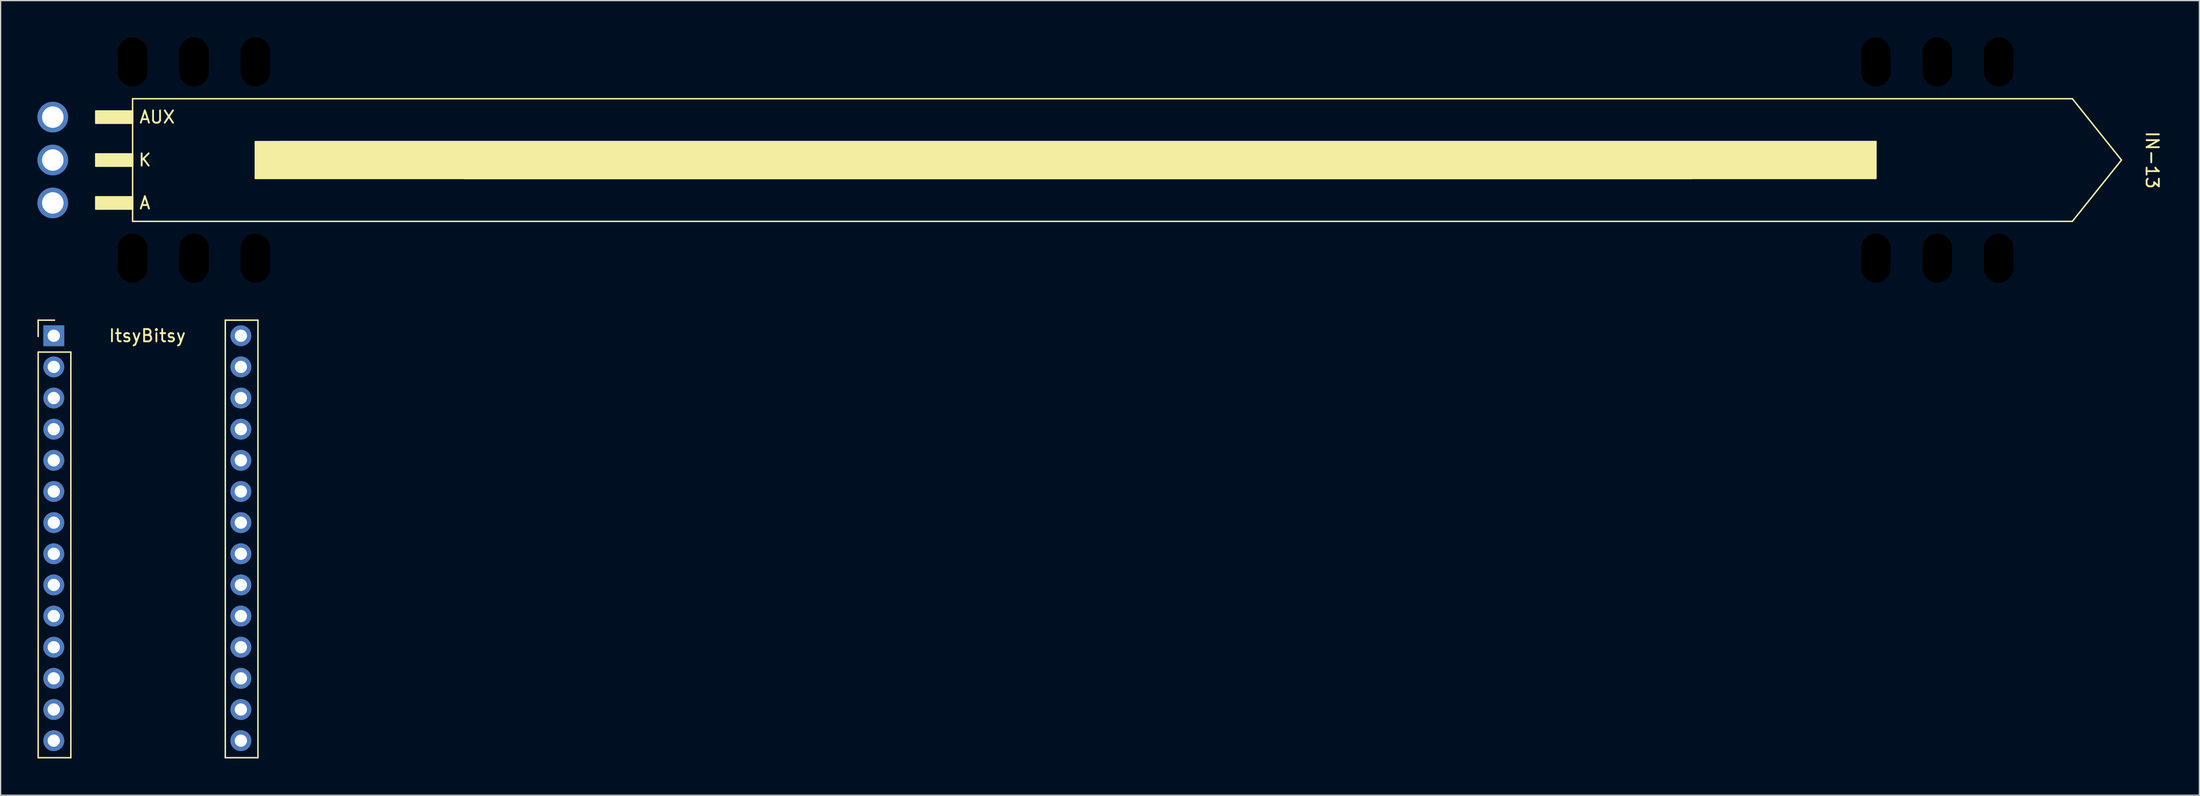
<source format=kicad_pcb>
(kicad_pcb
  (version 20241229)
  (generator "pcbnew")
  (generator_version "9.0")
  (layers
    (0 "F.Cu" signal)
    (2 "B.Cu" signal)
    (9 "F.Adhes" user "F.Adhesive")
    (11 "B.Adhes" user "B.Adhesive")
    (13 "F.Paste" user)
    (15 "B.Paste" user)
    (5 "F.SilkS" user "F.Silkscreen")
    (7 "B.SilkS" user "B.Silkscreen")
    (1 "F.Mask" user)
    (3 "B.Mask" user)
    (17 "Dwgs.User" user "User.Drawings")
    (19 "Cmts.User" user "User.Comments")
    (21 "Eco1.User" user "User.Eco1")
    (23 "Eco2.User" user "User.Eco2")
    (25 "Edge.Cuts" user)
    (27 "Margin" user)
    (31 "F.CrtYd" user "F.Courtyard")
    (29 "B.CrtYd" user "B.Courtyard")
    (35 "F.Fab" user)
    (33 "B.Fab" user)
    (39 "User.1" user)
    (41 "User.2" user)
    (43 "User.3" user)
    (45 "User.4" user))
  (footprint "ItsyBitsy"
    (layer "F.Cu")
    (at 1.33 24.33)
    (property "Reference" "ItsyBitsy" (at 7.62 0 0) (unlocked yes) (layer "F.SilkS") (effects (font (size 1 1) (thickness 0.15))))
    (attr through_hole)
    (fp_line (start -1.27 -1.27) (end 0.06 -1.27) (stroke (width 0.12) (type solid)) (layer "F.SilkS"))
    (fp_line (start -1.27 0.06) (end -1.27 -1.27) (stroke (width 0.12) (type solid)) (layer "F.SilkS"))
    (fp_line (start -1.27 1.33) (end -1.27 34.41) (stroke (width 0.12) (type solid)) (layer "F.SilkS"))
    (fp_line (start -1.27 1.33) (end 1.39 1.33) (stroke (width 0.12) (type solid)) (layer "F.SilkS"))
    (fp_line (start -1.27 34.41) (end 1.39 34.41) (stroke (width 0.12) (type solid)) (layer "F.SilkS"))
    (fp_line (start 1.39 1.33) (end 1.39 34.41) (stroke (width 0.12) (type solid)) (layer "F.SilkS"))
    (fp_line (start 13.97 -1.27) (end 16.63 -1.27) (stroke (width 0.12) (type solid)) (layer "F.SilkS"))
    (fp_line (start 13.97 0.06) (end 13.97 -1.27) (stroke (width 0.12) (type solid)) (layer "F.SilkS"))
    (fp_line (start 13.97 0.06) (end 13.97 1.33) (stroke (width 0.12) (type solid)) (layer "F.SilkS"))
    (fp_line (start 13.97 1.33) (end 13.97 34.41) (stroke (width 0.12) (type solid)) (layer "F.SilkS"))
    (fp_line (start 13.97 34.41) (end 16.63 34.41) (stroke (width 0.12) (type solid)) (layer "F.SilkS"))
    (fp_line (start 16.63 -1.27) (end 16.63 34.41) (stroke (width 0.12) (type solid)) (layer "F.SilkS"))
    (pad "1" thru_hole rect (at 0 0) (size 1.7 1.7) (drill 1) (layers "*.Cu" "*.Mask"))
    (pad "2" thru_hole circle (at 0 2.54) (size 1.7 1.7) (drill 1) (layers "*.Cu" "*.Mask"))
    (pad "3" thru_hole circle (at 0 5.08) (size 1.7 1.7) (drill 1) (layers "*.Cu" "*.Mask"))
    (pad "4" thru_hole circle (at 0 7.62) (size 1.7 1.7) (drill 1) (layers "*.Cu" "*.Mask"))
    (pad "5" thru_hole circle (at 0 10.16) (size 1.7 1.7) (drill 1) (layers "*.Cu" "*.Mask"))
    (pad "6" thru_hole circle (at 0 12.7) (size 1.7 1.7) (drill 1) (layers "*.Cu" "*.Mask"))
    (pad "7" thru_hole circle (at 0 15.24) (size 1.7 1.7) (drill 1) (layers "*.Cu" "*.Mask"))
    (pad "8" thru_hole circle (at 0 17.78) (size 1.7 1.7) (drill 1) (layers "*.Cu" "*.Mask"))
    (pad "9" thru_hole circle (at 0 20.32) (size 1.7 1.7) (drill 1) (layers "*.Cu" "*.Mask"))
    (pad "10" thru_hole circle (at 0 22.86) (size 1.7 1.7) (drill 1) (layers "*.Cu" "*.Mask"))
    (pad "11" thru_hole circle (at 0 25.4) (size 1.7 1.7) (drill 1) (layers "*.Cu" "*.Mask"))
    (pad "12" thru_hole circle (at 0 27.94) (size 1.7 1.7) (drill 1) (layers "*.Cu" "*.Mask"))
    (pad "13" thru_hole circle (at 0 30.48) (size 1.7 1.7) (drill 1) (layers "*.Cu" "*.Mask"))
    (pad "14" thru_hole circle (at 0 33.02) (size 1.7 1.7) (drill 1) (layers "*.Cu" "*.Mask"))
    (pad "15" thru_hole circle (at 15.24 33.02) (size 1.7 1.7) (drill 1) (layers "*.Cu" "*.Mask"))
    (pad "16" thru_hole circle (at 15.24 30.48) (size 1.7 1.7) (drill 1) (layers "*.Cu" "*.Mask"))
    (pad "17" thru_hole circle (at 15.24 27.94) (size 1.7 1.7) (drill 1) (layers "*.Cu" "*.Mask"))
    (pad "18" thru_hole circle (at 15.24 25.4) (size 1.7 1.7) (drill 1) (layers "*.Cu" "*.Mask"))
    (pad "19" thru_hole circle (at 15.24 22.86) (size 1.7 1.7) (drill 1) (layers "*.Cu" "*.Mask"))
    (pad "20" thru_hole circle (at 15.24 20.32) (size 1.7 1.7) (drill 1) (layers "*.Cu" "*.Mask"))
    (pad "21" thru_hole circle (at 15.24 17.78) (size 1.7 1.7) (drill 1) (layers "*.Cu" "*.Mask"))
    (pad "22" thru_hole circle (at 15.24 15.24) (size 1.7 1.7) (drill 1) (layers "*.Cu" "*.Mask"))
    (pad "23" thru_hole circle (at 15.24 12.7) (size 1.7 1.7) (drill 1) (layers "*.Cu" "*.Mask"))
    (pad "24" thru_hole circle (at 15.24 10.16) (size 1.7 1.7) (drill 1) (layers "*.Cu" "*.Mask"))
    (pad "25" thru_hole circle (at 15.24 7.62) (size 1.7 1.7) (drill 1) (layers "*.Cu" "*.Mask"))
    (pad "26" thru_hole circle (at 15.24 5.08) (size 1.7 1.7) (drill 1) (layers "*.Cu" "*.Mask"))
    (pad "27" thru_hole circle (at 15.24 2.54) (size 1.7 1.7) (drill 1) (layers "*.Cu" "*.Mask"))
    (pad "28" thru_hole circle (at 15.24 0) (size 1.7 1.7) (drill 1) (layers "*.Cu" "*.Mask")))
  (footprint "IN-13"
    (layer "F.Cu")
    (at 84.75 10)
    (property "Reference" "IN-13" (at 87.5 0 270) (unlocked yes) (layer "F.SilkS") (effects (font (size 1 1) (thickness 0.15))))
    (attr through_hole)
    (fp_line (start -77 5) (end -77 -5) (stroke (width 0.12) (type solid)) (layer "F.SilkS"))
    (fp_line (start -65 -1.5) (end 65 -1.5) (stroke (width 0.12) (type solid)) (layer "F.SilkS"))
    (fp_line (start -50 1.5) (end 50 1.5) (stroke (width 0.12) (type solid)) (layer "F.SilkS"))
    (fp_line (start 81 -5) (end -77 -5) (stroke (width 0.12) (type solid)) (layer "F.SilkS"))
    (fp_line (start 81 5) (end -77 5) (stroke (width 0.12) (type solid)) (layer "F.SilkS"))
    (fp_line (start 85 0) (end 81 -5) (stroke (width 0.12) (type solid)) (layer "F.SilkS"))
    (fp_line (start 85 0) (end 81 5) (stroke (width 0.12) (type solid)) (layer "F.SilkS"))
    (fp_rect (start -77 -4) (end -80 -3) (stroke (width 0.12) (type solid)) (fill yes) (layer "F.SilkS"))
    (fp_rect (start -77 -0.5) (end -80 0.5) (stroke (width 0.12) (type solid)) (fill yes) (layer "F.SilkS"))
    (fp_rect (start -77 3) (end -80 4) (stroke (width 0.12) (type solid)) (fill yes) (layer "F.SilkS"))
    (fp_rect (start -67 -1.5) (end 65 1.5) (stroke (width 0.12) (type solid)) (fill yes) (layer "F.SilkS"))
    (fp_text user "A" (at -76 3.5 0) (unlocked yes) (layer "F.SilkS") (effects (font (size 1 1) (thickness 0.15))))
    (fp_text user "K" (at -76 0 0) (unlocked yes) (layer "F.SilkS") (effects (font (size 1 1) (thickness 0.15))))
    (fp_text user "AUX" (at -75 -3.5 0) (unlocked yes) (layer "F.SilkS") (effects (font (size 1 1) (thickness 0.15))))
    (pad "" np_thru_hole oval (at -77 -8) (size 2.5 4) (drill oval 2.4 4) (layers "*.Mask"))
    (pad "" np_thru_hole oval (at -77 8) (size 2.5 4) (drill oval 2.4 4) (layers "*.Mask"))
    (pad "" np_thru_hole oval (at -72 -8) (size 2.5 4) (drill oval 2.4 4) (layers "*.Mask"))
    (pad "" np_thru_hole oval (at -72 8) (size 2.5 4) (drill oval 2.4 4) (layers "*.Mask"))
    (pad "" np_thru_hole oval (at -67 -8) (size 2.5 4) (drill oval 2.4 4) (layers "*.Mask"))
    (pad "" np_thru_hole oval (at -67 8) (size 2.5 4) (drill oval 2.4 4) (layers "*.Mask"))
    (pad "" np_thru_hole oval (at 65 -8) (size 2.5 4) (drill oval 2.4 4) (layers "*.Mask"))
    (pad "" np_thru_hole oval (at 65 8) (size 2.5 4) (drill oval 2.4 4) (layers "*.Mask"))
    (pad "" np_thru_hole oval (at 70 -8) (size 2.5 4) (drill oval 2.4 4) (layers "*.Mask"))
    (pad "" np_thru_hole oval (at 70 8) (size 2.5 4) (drill oval 2.4 4) (layers "*.Mask"))
    (pad "" np_thru_hole oval (at 75 -8) (size 2.5 4) (drill oval 2.4 4) (layers "*.Mask"))
    (pad "" np_thru_hole oval (at 75 8) (size 2.5 4) (drill oval 2.4 4) (layers "*.Mask"))
    (pad "1" thru_hole circle (at -83.5 -3.5) (size 2.5 2.5) (drill 1.75) (layers "*.Cu" "*.Mask"))
    (pad "2" thru_hole circle (at -83.5 0) (size 2.5 2.5) (drill 1.75) (layers "*.Cu" "*.Mask"))
    (pad "3" thru_hole circle (at -83.5 3.5) (size 2.5 2.5) (drill 1.75) (layers "*.Cu" "*.Mask")))
  (gr_rect
    (start -3 -3)
    (end 176.098 61.8)
    (stroke (width 0.1) (type default))
    (fill no)
    (layer "Edge.Cuts")))
</source>
